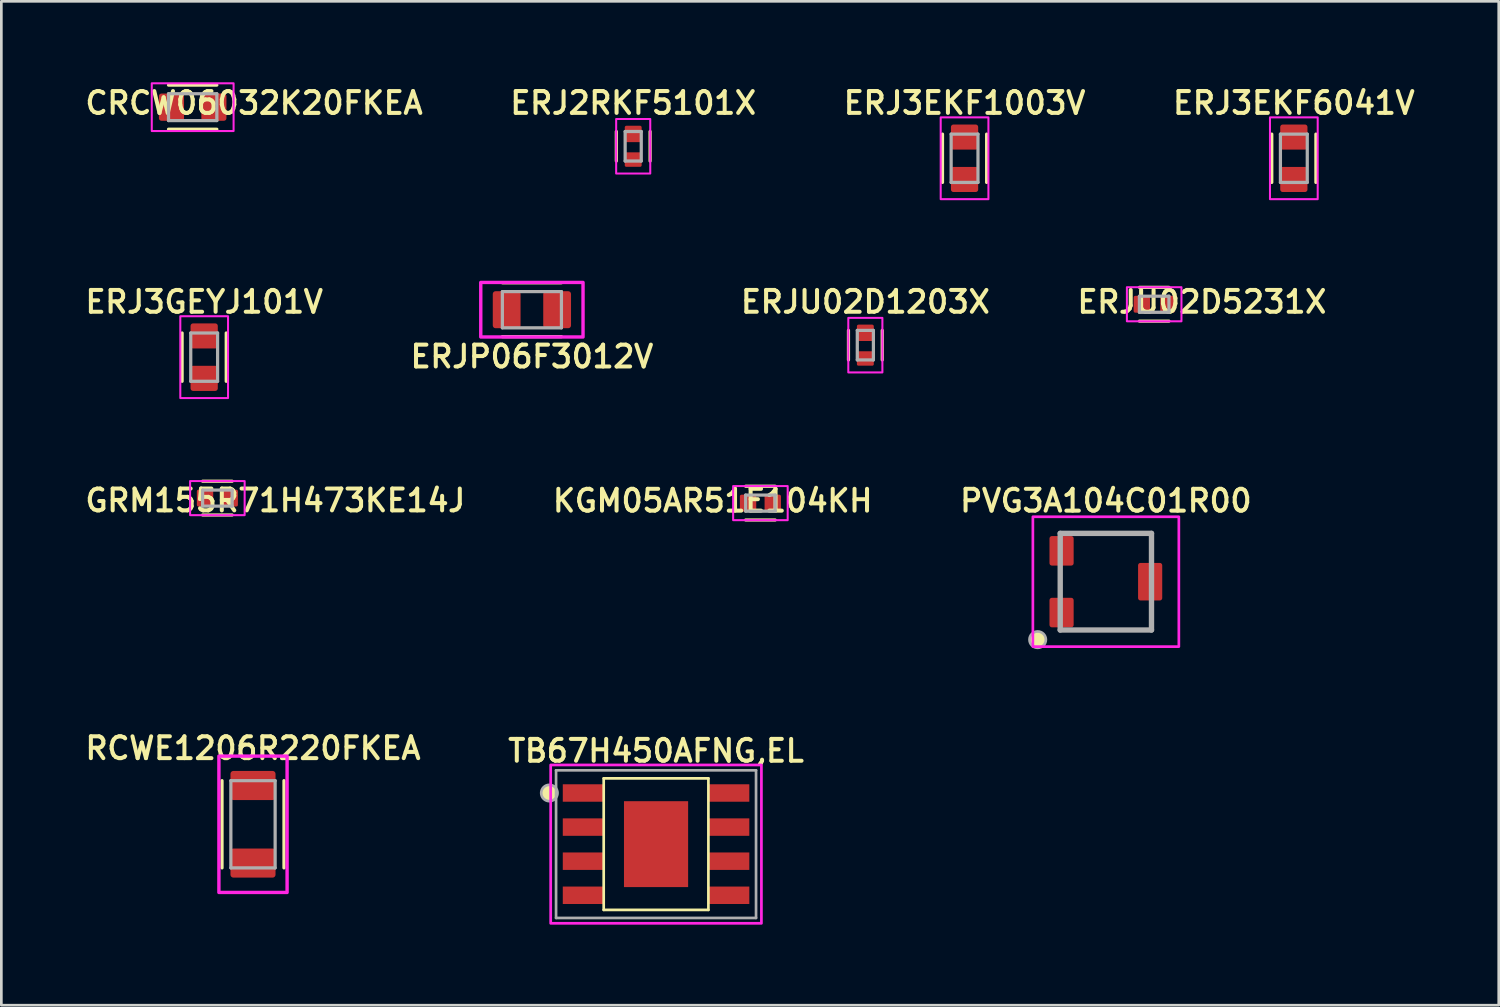
<source format=kicad_pcb>
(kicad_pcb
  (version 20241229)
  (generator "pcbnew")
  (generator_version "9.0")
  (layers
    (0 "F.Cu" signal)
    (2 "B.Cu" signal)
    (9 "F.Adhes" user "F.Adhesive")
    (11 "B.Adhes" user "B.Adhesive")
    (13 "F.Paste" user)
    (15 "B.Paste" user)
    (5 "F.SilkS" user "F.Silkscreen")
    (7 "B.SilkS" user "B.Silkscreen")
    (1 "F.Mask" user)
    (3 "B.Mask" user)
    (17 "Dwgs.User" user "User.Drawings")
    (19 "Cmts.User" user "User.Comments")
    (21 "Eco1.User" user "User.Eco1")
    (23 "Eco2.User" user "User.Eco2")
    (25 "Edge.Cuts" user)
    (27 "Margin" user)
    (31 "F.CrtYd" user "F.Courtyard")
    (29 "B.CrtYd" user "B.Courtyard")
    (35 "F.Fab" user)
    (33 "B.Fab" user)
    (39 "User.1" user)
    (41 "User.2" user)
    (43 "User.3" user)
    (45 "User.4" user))
  (footprint "RCWE1206R220FKEA"
    (layer "F.Cu")
    (at 6.375 27.657 90)
    (property "Reference" "RCWE1206R220FKEA" (at 3.308 0 180) (layer "F.SilkS") (effects (font (size 0.813 0.813) (thickness 0.15)) (justify top)))
    (fp_line (start 1.625 -1.154) (end -1.625 -1.154) (stroke (width 0.12) (type solid)) (layer "F.SilkS"))
    (fp_line (start 1.625 1.154) (end -1.625 1.154) (stroke (width 0.12) (type solid)) (layer "F.SilkS"))
    (fp_poly (pts (xy -2.54 -1.27) (xy -2.54 1.27) (xy 2.54 1.27) (xy 2.54 -1.27) (xy -2.54 -1.27)) (stroke (width 0.127) (type solid)) (fill no) (layer "F.CrtYd"))
    (fp_line (start 1.625 -0.825) (end 1.625 0.825) (stroke (width 0.12) (type solid)) (layer "F.Fab"))
    (fp_line (start -1.625 -0.825) (end 1.625 -0.825) (stroke (width 0.12) (type solid)) (layer "F.Fab"))
    (fp_line (start 1.625 0.825) (end -1.625 0.825) (stroke (width 0.12) (type solid)) (layer "F.Fab"))
    (fp_line (start -1.625 0.825) (end -1.625 -0.825) (stroke (width 0.12) (type solid)) (layer "F.Fab"))
    (pad "1" smd roundrect (at -1.445 0 90) (size 1.084 1.679) (layers "F.Cu" "F.Mask" "F.Paste") (roundrect_rratio 0.1))
    (pad "2" smd roundrect (at 1.445 0 90) (size 1.084 1.679) (layers "F.Cu" "F.Mask" "F.Paste") (roundrect_rratio 0.1)))
  (footprint "ERJ2RKF5101X"
    (layer "F.Cu")
    (at 20.539 2.399 -90)
    (property "Reference" "ERJ2RKF5101X" (at -1.137 0 0) (layer "F.SilkS") (effects (font (size 0.813 0.813) (thickness 0.15)) (justify bottom)))
    (fp_line (start 0.55 0.629) (end -0.55 0.629) (stroke (width 0.12) (type solid)) (layer "F.SilkS"))
    (fp_line (start 0.55 -0.629) (end -0.55 -0.629) (stroke (width 0.12) (type solid)) (layer "F.SilkS"))
    (fp_poly (pts (xy -1.016 -0.635) (xy -1.016 0.635) (xy 1.016 0.635) (xy 1.016 -0.635) (xy -1.016 -0.635)) (stroke (width 0.076) (type solid)) (fill no) (layer "F.CrtYd"))
    (fp_line (start -0.55 0.3) (end -0.55 -0.3) (stroke (width 0.12) (type solid)) (layer "F.Fab"))
    (fp_line (start 0.55 0.3) (end -0.55 0.3) (stroke (width 0.12) (type solid)) (layer "F.Fab"))
    (fp_line (start -0.55 -0.3) (end 0.55 -0.3) (stroke (width 0.12) (type solid)) (layer "F.Fab"))
    (fp_line (start 0.55 -0.3) (end 0.55 0.3) (stroke (width 0.12) (type solid)) (layer "F.Fab"))
    (pad "1" smd roundrect (at -0.46 0 270) (size 0.61 0.629) (layers "F.Cu" "F.Mask" "F.Paste") (roundrect_rratio 0.1))
    (pad "2" smd roundrect (at 0.496 0 270) (size 0.538 0.629) (layers "F.Cu" "F.Mask" "F.Paste") (roundrect_rratio 0.1)))
  (footprint "TB67H450AFNG,EL"
    (layer "F.Cu")
    (at 21.39 28.397)
    (property "Reference" "TB67H450AFNG,EL" (at 0 -3 0) (layer "F.SilkS") (effects (font (size 0.813 0.813) (thickness 0.15)) (justify bottom)))
    (fp_line (start -1.95 -2.45) (end 1.95 -2.45) (stroke (width 0.1) (type solid)) (layer "F.SilkS"))
    (fp_line (start -1.95 2.45) (end -1.95 -2.45) (stroke (width 0.1) (type solid)) (layer "F.SilkS"))
    (fp_line (start 1.95 -2.45) (end 1.95 2.45) (stroke (width 0.1) (type solid)) (layer "F.SilkS"))
    (fp_line (start 1.95 2.45) (end -1.95 2.45) (stroke (width 0.1) (type solid)) (layer "F.SilkS"))
    (fp_circle (center -3.974 -1.905) (end -3.67 -1.905) (stroke (width 0) (type solid)) (fill yes) (layer "F.SilkS"))
    (fp_poly (pts (xy -3.925 2.95) (xy 3.925 2.95) (xy 3.925 -2.95) (xy -3.925 -2.95) (xy -3.925 2.95)) (stroke (width 0.102) (type solid)) (fill no) (layer "F.CrtYd"))
    (fp_line (start -3.725 -2.75) (end 3.725 -2.75) (stroke (width 0.1) (type solid)) (layer "F.Fab"))
    (fp_line (start -3.725 2.75) (end -3.725 -2.75) (stroke (width 0.1) (type solid)) (layer "F.Fab"))
    (fp_line (start 3.725 -2.75) (end 3.725 2.75) (stroke (width 0.1) (type solid)) (layer "F.Fab"))
    (fp_line (start 3.725 2.75) (end -3.725 2.75) (stroke (width 0.1) (type solid)) (layer "F.Fab"))
    (fp_circle (center -3.974 -1.905) (end -3.67 -1.905) (stroke (width 0.1) (type solid)) (fill no) (layer "F.Fab"))
    (pad "1" smd rect (at -2.712 -1.905) (size 1.525 0.65) (layers "F.Cu" "F.Mask" "F.Paste"))
    (pad "2" smd rect (at -2.712 -0.635) (size 1.525 0.65) (layers "F.Cu" "F.Mask" "F.Paste"))
    (pad "3" smd rect (at -2.712 0.635) (size 1.525 0.65) (layers "F.Cu" "F.Mask" "F.Paste"))
    (pad "4" smd rect (at -2.712 1.905) (size 1.525 0.65) (layers "F.Cu" "F.Mask" "F.Paste"))
    (pad "5" smd rect (at 2.712 1.905) (size 1.525 0.65) (layers "F.Cu" "F.Mask" "F.Paste"))
    (pad "6" smd rect (at 2.712 0.635) (size 1.525 0.65) (layers "F.Cu" "F.Mask" "F.Paste"))
    (pad "7" smd rect (at 2.712 -0.635) (size 1.525 0.65) (layers "F.Cu" "F.Mask" "F.Paste"))
    (pad "8" smd rect (at 2.712 -1.905) (size 1.525 0.65) (layers "F.Cu" "F.Mask" "F.Paste"))
    (pad "9" smd rect (at 0 0 90) (size 3.2 2.39) (layers "F.Cu" "F.Mask" "F.Paste")))
  (footprint "PVG3A104C01R00"
    (layer "F.Cu")
    (at 38.147 18.62 -90)
    (property "Reference" "PVG3A104C01R00" (at -2.54 0 0) (layer "F.SilkS") (effects (font (size 0.813 0.813) (thickness 0.15)) (justify bottom)))
    (fp_line (start -1.8 -1.7) (end -1.8 0.966) (stroke (width 0.1) (type solid)) (layer "F.SilkS"))
    (fp_line (start -1.8 -1.7) (end -0.996 -1.7) (stroke (width 0.1) (type solid)) (layer "F.SilkS"))
    (fp_line (start 1.8 -1.7) (end 1.8 0.966) (stroke (width 0.1) (type solid)) (layer "F.SilkS"))
    (fp_line (start 1.8 -1.7) (end 0.996 -1.7) (stroke (width 0.1) (type solid)) (layer "F.SilkS"))
    (fp_circle (center 2.159 2.54) (end 2.464 2.54) (stroke (width 0) (type solid)) (fill yes) (layer "F.SilkS"))
    (fp_poly (pts (xy -2.419 -2.719) (xy -2.419 2.719) (xy 2.419 2.719) (xy 2.419 -2.719) (xy -2.419 -2.719)) (stroke (width 0.1) (type solid)) (fill no) (layer "F.CrtYd"))
    (fp_line (start -1.8 1.7) (end 1.8 1.7) (stroke (width 0.2) (type solid)) (layer "F.Fab"))
    (fp_line (start 1.8 1.7) (end 1.8 -1.7) (stroke (width 0.2) (type solid)) (layer "F.Fab"))
    (fp_line (start -1.8 -1.7) (end -1.8 1.7) (stroke (width 0.2) (type solid)) (layer "F.Fab"))
    (fp_line (start 1.8 -1.7) (end -1.8 -1.7) (stroke (width 0.2) (type solid)) (layer "F.Fab"))
    (fp_circle (center 2.159 2.54) (end 2.464 2.54) (stroke (width 0.1) (type solid)) (fill no) (layer "F.Fab"))
    (pad "1" smd roundrect (at 1.15 1.65 270) (size 1.1 0.9) (layers "F.Cu" "F.Mask" "F.Paste") (roundrect_rratio 0.1))
    (pad "2" smd roundrect (at 0 -1.65 270) (size 1.4 0.9) (layers "F.Cu" "F.Mask" "F.Paste") (roundrect_rratio 0.1))
    (pad "3" smd roundrect (at -1.15 1.65 270) (size 1.1 0.9) (layers "F.Cu" "F.Mask" "F.Paste") (roundrect_rratio 0.1)))
  (footprint "CRCW06032K20FKEA"
    (layer "F.Cu")
    (at 4.128 0.942)
    (property "Reference" "CRCW06032K20FKEA" (at 2.286 0.321 0) (layer "F.SilkS") (effects (font (size 0.813 0.813) (thickness 0.15)) (justify bottom)))
    (fp_line (start 0.9 -0.822) (end -0.9 -0.822) (stroke (width 0.12) (type solid)) (layer "F.SilkS"))
    (fp_line (start 0.9 0.822) (end -0.9 0.822) (stroke (width 0.12) (type solid)) (layer "F.SilkS"))
    (fp_poly (pts (xy 1.524 0.889) (xy -1.524 0.889) (xy -1.524 -0.889) (xy 1.524 -0.889) (xy 1.524 0.889)) (stroke (width 0.076) (type solid)) (fill no) (layer "F.CrtYd"))
    (fp_line (start -0.9 -0.5) (end 0.9 -0.5) (stroke (width 0.12) (type solid)) (layer "F.Fab"))
    (fp_line (start -0.9 0.5) (end -0.9 -0.5) (stroke (width 0.12) (type solid)) (layer "F.Fab"))
    (fp_line (start 0.9 -0.5) (end 0.9 0.5) (stroke (width 0.12) (type solid)) (layer "F.Fab"))
    (fp_line (start 0.9 0.5) (end -0.9 0.5) (stroke (width 0.12) (type solid)) (layer "F.Fab"))
    (pad "1" smd roundrect (at -0.79 0) (size 0.935 1.015) (layers "F.Cu" "F.Mask" "F.Paste") (roundrect_rratio 0.1))
    (pad "2" smd roundrect (at 0.79 0) (size 0.935 1.015) (layers "F.Cu" "F.Mask" "F.Paste") (roundrect_rratio 0.1)))
  (footprint "ERJ3EKF1003V"
    (layer "F.Cu")
    (at 32.883 2.846 90)
    (property "Reference" "ERJ3EKF1003V" (at 1.584 0 0) (layer "F.SilkS") (effects (font (size 0.813 0.813) (thickness 0.15)) (justify bottom)))
    (fp_line (start 0.9 -0.822) (end -0.9 -0.822) (stroke (width 0.12) (type solid)) (layer "F.SilkS"))
    (fp_line (start 0.9 0.822) (end -0.9 0.822) (stroke (width 0.12) (type solid)) (layer "F.SilkS"))
    (fp_poly (pts (xy 1.524 0.889) (xy -1.524 0.889) (xy -1.524 -0.889) (xy 1.524 -0.889) (xy 1.524 0.889)) (stroke (width 0.076) (type solid)) (fill no) (layer "F.CrtYd"))
    (fp_line (start 0.9 -0.5) (end 0.9 0.5) (stroke (width 0.12) (type solid)) (layer "F.Fab"))
    (fp_line (start -0.9 -0.5) (end 0.9 -0.5) (stroke (width 0.12) (type solid)) (layer "F.Fab"))
    (fp_line (start 0.9 0.5) (end -0.9 0.5) (stroke (width 0.12) (type solid)) (layer "F.Fab"))
    (fp_line (start -0.9 0.5) (end -0.9 -0.5) (stroke (width 0.12) (type solid)) (layer "F.Fab"))
    (pad "1" smd roundrect (at -0.79 0 90) (size 0.935 1.015) (layers "F.Cu" "F.Mask" "F.Paste") (roundrect_rratio 0.1))
    (pad "2" smd roundrect (at 0.79 0 90) (size 0.935 1.015) (layers "F.Cu" "F.Mask" "F.Paste") (roundrect_rratio 0.1)))
  (footprint "ERJ3EKF6041V"
    (layer "F.Cu")
    (at 45.15 2.846 90)
    (property "Reference" "ERJ3EKF6041V" (at 1.584 0 0) (layer "F.SilkS") (effects (font (size 0.813 0.813) (thickness 0.15)) (justify bottom)))
    (fp_line (start 0.9 -0.822) (end -0.9 -0.822) (stroke (width 0.12) (type solid)) (layer "F.SilkS"))
    (fp_line (start 0.9 0.822) (end -0.9 0.822) (stroke (width 0.12) (type solid)) (layer "F.SilkS"))
    (fp_poly (pts (xy 1.524 0.889) (xy -1.524 0.889) (xy -1.524 -0.889) (xy 1.524 -0.889) (xy 1.524 0.889)) (stroke (width 0.076) (type solid)) (fill no) (layer "F.CrtYd"))
    (fp_line (start 0.9 -0.5) (end 0.9 0.5) (stroke (width 0.12) (type solid)) (layer "F.Fab"))
    (fp_line (start -0.9 -0.5) (end 0.9 -0.5) (stroke (width 0.12) (type solid)) (layer "F.Fab"))
    (fp_line (start 0.9 0.5) (end -0.9 0.5) (stroke (width 0.12) (type solid)) (layer "F.Fab"))
    (fp_line (start -0.9 0.5) (end -0.9 -0.5) (stroke (width 0.12) (type solid)) (layer "F.Fab"))
    (pad "1" smd roundrect (at -0.79 0 90) (size 0.935 1.015) (layers "F.Cu" "F.Mask" "F.Paste") (roundrect_rratio 0.1))
    (pad "2" smd roundrect (at 0.79 0 90) (size 0.935 1.015) (layers "F.Cu" "F.Mask" "F.Paste") (roundrect_rratio 0.1)))
  (footprint "GRM155R71H473KE14J"
    (layer "F.Cu")
    (at 5.048 15.506 180)
    (property "Reference" "GRM155R71H473KE14J" (at -2.159 0.387 180) (layer "F.SilkS") (effects (font (size 0.813 0.813) (thickness 0.15)) (justify top)))
    (fp_line (start 0.55 0.629) (end -0.55 0.629) (stroke (width 0.12) (type solid)) (layer "F.SilkS"))
    (fp_line (start 0.55 -0.629) (end -0.55 -0.629) (stroke (width 0.12) (type solid)) (layer "F.SilkS"))
    (fp_poly (pts (xy -1.016 -0.635) (xy 1.016 -0.635) (xy 1.016 0.635) (xy -1.016 0.635) (xy -1.016 -0.635)) (stroke (width 0.076) (type solid)) (fill no) (layer "F.CrtYd"))
    (fp_line (start 0.55 0.3) (end -0.55 0.3) (stroke (width 0.12) (type solid)) (layer "F.Fab"))
    (fp_line (start 0.55 -0.3) (end 0.55 0.3) (stroke (width 0.12) (type solid)) (layer "F.Fab"))
    (fp_line (start -0.55 0.3) (end -0.55 -0.3) (stroke (width 0.12) (type solid)) (layer "F.Fab"))
    (fp_line (start -0.55 -0.3) (end 0.55 -0.3) (stroke (width 0.12) (type solid)) (layer "F.Fab"))
    (pad "1" smd roundrect (at -0.46 0 180) (size 0.61 0.629) (layers "F.Cu" "F.Mask" "F.Paste") (roundrect_rratio 0.1))
    (pad "2" smd roundrect (at 0.46 0 180) (size 0.61 0.629) (layers "F.Cu" "F.Mask" "F.Paste") (roundrect_rratio 0.1)))
  (footprint "ERJP06F3012V"
    (layer "F.Cu")
    (at 16.765 8.488 180)
    (property "Reference" "ERJP06F3012V" (at 0 -1.27 180) (layer "F.SilkS") (effects (font (size 0.813 0.813) (thickness 0.15)) (justify top)))
    (fp_line (start 1.1 1.004) (end -1.1 1.004) (stroke (width 0.12) (type solid)) (layer "F.SilkS"))
    (fp_line (start 1.1 -1.004) (end -1.1 -1.004) (stroke (width 0.12) (type solid)) (layer "F.SilkS"))
    (fp_poly (pts (xy 1.905 1.016) (xy -1.905 1.016) (xy -1.905 -1.016) (xy 1.905 -1.016) (xy 1.905 1.016)) (stroke (width 0.127) (type solid)) (fill no) (layer "F.CrtYd"))
    (fp_line (start 1.1 0.675) (end -1.1 0.675) (stroke (width 0.12) (type solid)) (layer "F.Fab"))
    (fp_line (start 1.1 -0.675) (end 1.1 0.675) (stroke (width 0.12) (type solid)) (layer "F.Fab"))
    (fp_line (start -1.1 0.675) (end -1.1 -0.675) (stroke (width 0.12) (type solid)) (layer "F.Fab"))
    (fp_line (start -1.1 -0.675) (end 1.1 -0.675) (stroke (width 0.12) (type solid)) (layer "F.Fab"))
    (pad "1" smd roundrect (at -0.94 0 180) (size 1.035 1.379) (layers "F.Cu" "F.Mask" "F.Paste") (roundrect_rratio 0.1))
    (pad "2" smd roundrect (at 0.94 0 180) (size 1.035 1.379) (layers "F.Cu" "F.Mask" "F.Paste") (roundrect_rratio 0.1)))
  (footprint "ERJU02D5231X"
    (layer "F.Cu")
    (at 39.947 8.284)
    (property "Reference" "ERJU02D5231X" (at 1.778 0.387 0) (layer "F.SilkS") (effects (font (size 0.813 0.813) (thickness 0.15)) (justify bottom)))
    (fp_line (start 0.55 -0.629) (end -0.55 -0.629) (stroke (width 0.12) (type solid)) (layer "F.SilkS"))
    (fp_line (start 0.55 0.629) (end -0.55 0.629) (stroke (width 0.12) (type solid)) (layer "F.SilkS"))
    (fp_poly (pts (xy -1.016 -0.635) (xy -1.016 0.635) (xy 1.016 0.635) (xy 1.016 -0.635) (xy -1.016 -0.635)) (stroke (width 0.076) (type solid)) (fill no) (layer "F.CrtYd"))
    (fp_line (start -0.55 -0.3) (end 0.55 -0.3) (stroke (width 0.12) (type solid)) (layer "F.Fab"))
    (fp_line (start -0.55 0.3) (end -0.55 -0.3) (stroke (width 0.12) (type solid)) (layer "F.Fab"))
    (fp_line (start 0.55 -0.3) (end 0.55 0.3) (stroke (width 0.12) (type solid)) (layer "F.Fab"))
    (fp_line (start 0.55 0.3) (end -0.55 0.3) (stroke (width 0.12) (type solid)) (layer "F.Fab"))
    (pad "1" smd roundrect (at -0.46 0) (size 0.61 0.629) (layers "F.Cu" "F.Mask" "F.Paste") (roundrect_rratio 0.1))
    (pad "2" smd roundrect (at 0.496 0) (size 0.538 0.629) (layers "F.Cu" "F.Mask" "F.Paste") (roundrect_rratio 0.1)))
  (footprint "KGM05AR51E104KH"
    (layer "F.Cu")
    (at 25.278 15.693)
    (property "Reference" "KGM05AR51E104KH" (at -1.778 0.387 0) (layer "F.SilkS") (effects (font (size 0.813 0.813) (thickness 0.15)) (justify bottom)))
    (fp_line (start 0.55 -0.629) (end -0.55 -0.629) (stroke (width 0.12) (type solid)) (layer "F.SilkS"))
    (fp_line (start 0.55 0.629) (end -0.55 0.629) (stroke (width 0.12) (type solid)) (layer "F.SilkS"))
    (fp_poly (pts (xy -1.016 -0.635) (xy 1.016 -0.635) (xy 1.016 0.635) (xy -1.016 0.635) (xy -1.016 -0.635)) (stroke (width 0.076) (type solid)) (fill no) (layer "F.CrtYd"))
    (fp_line (start -0.55 -0.3) (end 0.55 -0.3) (stroke (width 0.12) (type solid)) (layer "F.Fab"))
    (fp_line (start -0.55 0.3) (end -0.55 -0.3) (stroke (width 0.12) (type solid)) (layer "F.Fab"))
    (fp_line (start 0.55 -0.3) (end 0.55 0.3) (stroke (width 0.12) (type solid)) (layer "F.Fab"))
    (fp_line (start 0.55 0.3) (end -0.55 0.3) (stroke (width 0.12) (type solid)) (layer "F.Fab"))
    (pad "1" smd roundrect (at -0.46 0) (size 0.61 0.629) (layers "F.Cu" "F.Mask" "F.Paste") (roundrect_rratio 0.1))
    (pad "2" smd roundrect (at 0.46 0) (size 0.61 0.629) (layers "F.Cu" "F.Mask" "F.Paste") (roundrect_rratio 0.1)))
  (footprint "ERJU02D1203X"
    (layer "F.Cu")
    (at 29.187 9.808 -90)
    (property "Reference" "ERJU02D1203X" (at -1.137 0 0) (layer "F.SilkS") (effects (font (size 0.813 0.813) (thickness 0.15)) (justify bottom)))
    (fp_line (start 0.55 0.629) (end -0.55 0.629) (stroke (width 0.12) (type solid)) (layer "F.SilkS"))
    (fp_line (start 0.55 -0.629) (end -0.55 -0.629) (stroke (width 0.12) (type solid)) (layer "F.SilkS"))
    (fp_poly (pts (xy -1.016 -0.635) (xy -1.016 0.635) (xy 1.016 0.635) (xy 1.016 -0.635) (xy -1.016 -0.635)) (stroke (width 0.076) (type solid)) (fill no) (layer "F.CrtYd"))
    (fp_line (start -0.55 0.3) (end -0.55 -0.3) (stroke (width 0.12) (type solid)) (layer "F.Fab"))
    (fp_line (start 0.55 0.3) (end -0.55 0.3) (stroke (width 0.12) (type solid)) (layer "F.Fab"))
    (fp_line (start -0.55 -0.3) (end 0.55 -0.3) (stroke (width 0.12) (type solid)) (layer "F.Fab"))
    (fp_line (start 0.55 -0.3) (end 0.55 0.3) (stroke (width 0.12) (type solid)) (layer "F.Fab"))
    (pad "1" smd roundrect (at -0.46 0 270) (size 0.61 0.629) (layers "F.Cu" "F.Mask" "F.Paste") (roundrect_rratio 0.1))
    (pad "2" smd roundrect (at 0.496 0 270) (size 0.538 0.629) (layers "F.Cu" "F.Mask" "F.Paste") (roundrect_rratio 0.1)))
  (footprint "ERJ3GEYJ101V"
    (layer "F.Cu")
    (at 4.556 10.255 -90)
    (property "Reference" "ERJ3GEYJ101V" (at -1.584 0 0) (layer "F.SilkS") (effects (font (size 0.813 0.813) (thickness 0.15)) (justify bottom)))
    (fp_line (start 0.9 0.822) (end -0.9 0.822) (stroke (width 0.12) (type solid)) (layer "F.SilkS"))
    (fp_line (start 0.9 -0.822) (end -0.9 -0.822) (stroke (width 0.12) (type solid)) (layer "F.SilkS"))
    (fp_poly (pts (xy 1.524 0.889) (xy -1.524 0.889) (xy -1.524 -0.889) (xy 1.524 -0.889) (xy 1.524 0.889)) (stroke (width 0.076) (type solid)) (fill no) (layer "F.CrtYd"))
    (fp_line (start -0.9 0.5) (end -0.9 -0.5) (stroke (width 0.12) (type solid)) (layer "F.Fab"))
    (fp_line (start 0.9 0.5) (end -0.9 0.5) (stroke (width 0.12) (type solid)) (layer "F.Fab"))
    (fp_line (start -0.9 -0.5) (end 0.9 -0.5) (stroke (width 0.12) (type solid)) (layer "F.Fab"))
    (fp_line (start 0.9 -0.5) (end 0.9 0.5) (stroke (width 0.12) (type solid)) (layer "F.Fab"))
    (pad "1" smd roundrect (at -0.79 0 270) (size 0.935 1.015) (layers "F.Cu" "F.Mask" "F.Paste") (roundrect_rratio 0.1))
    (pad "2" smd roundrect (at 0.79 0 270) (size 0.935 1.015) (layers "F.Cu" "F.Mask" "F.Paste") (roundrect_rratio 0.1)))
  (gr_rect
    (start -3 -3)
    (end 52.783 34.397)
    (stroke (width 0.1) (type default))
    (fill no)
    (layer "Edge.Cuts")))
</source>
